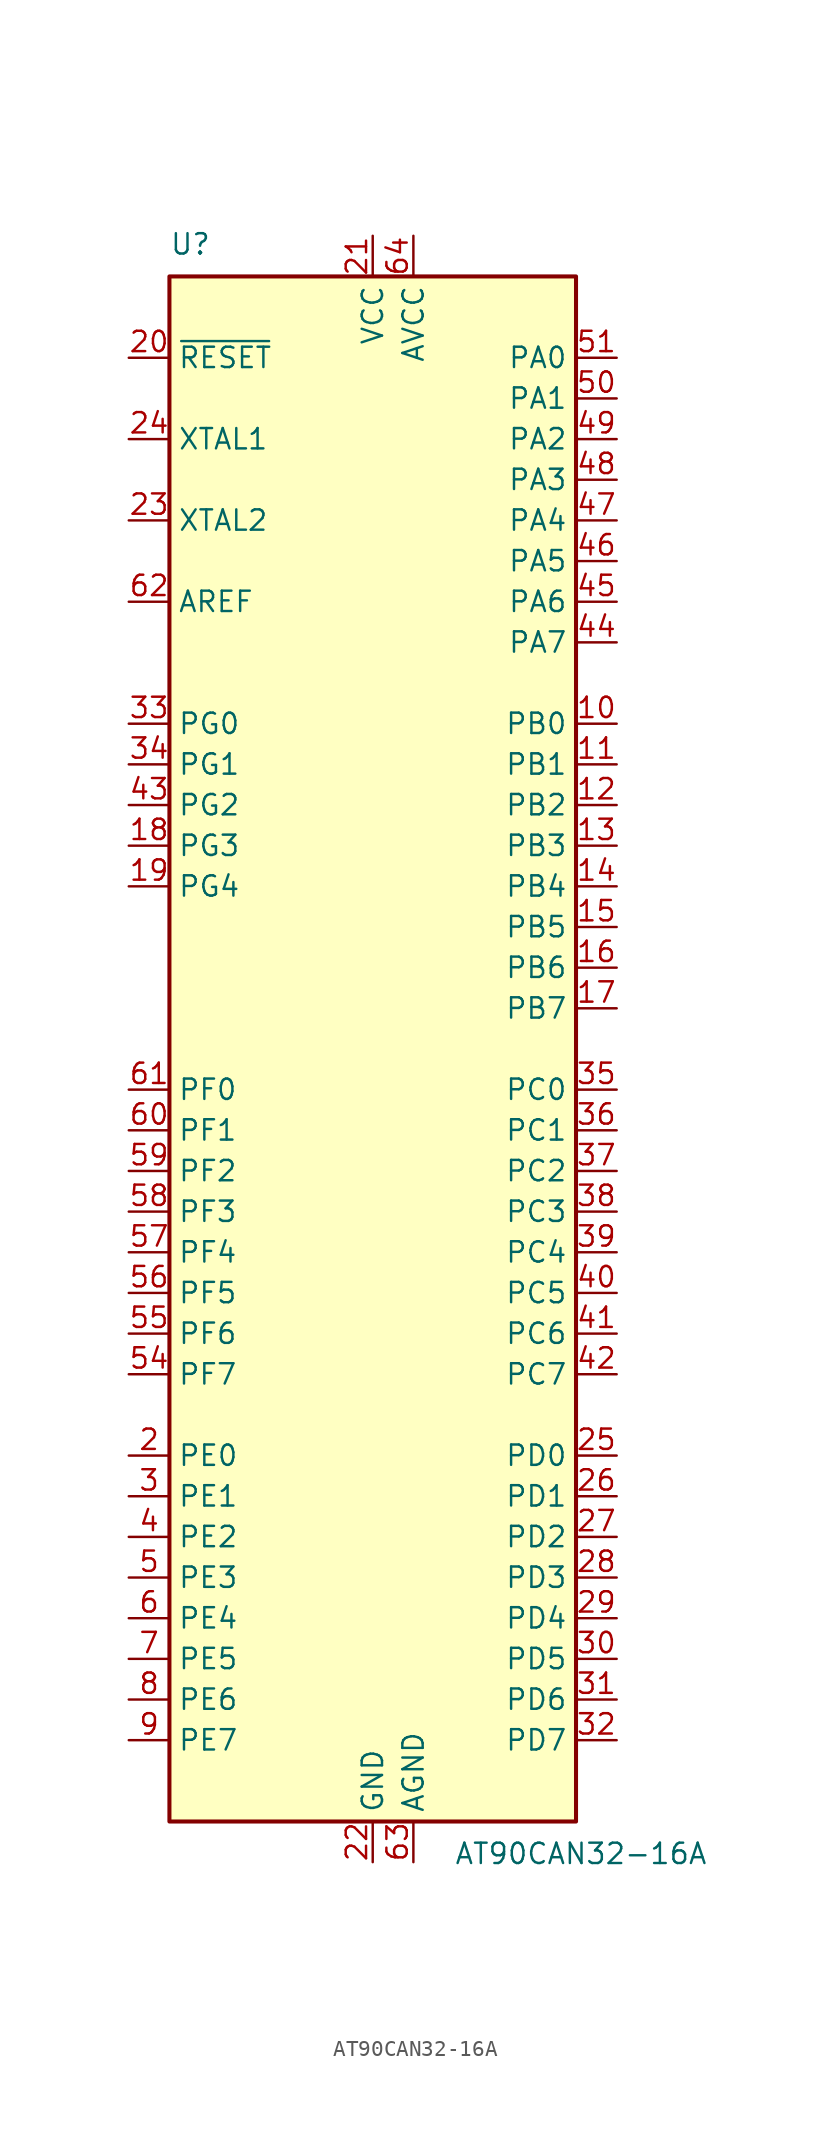
<source format=kicad_sym>
(kicad_symbol_lib
  (version 20201005)
  (generator kicad_symbol_editor)
  (symbol "MCU_Microchip_AVR:AT90CAN32-16A"
    (property "Reference" "U"
      (at -12.7 49.53 0)
      (effects (font (size 1.27 1.27)) (justify left bottom)))
    (property "Value" "AT90CAN32-16A"
      (at 5.08 -49.53 0)
      (effects (font (size 1.27 1.27)) (justify left top)))
    (symbol "AT90CAN32-16A_0_1"
      (rectangle (start -12.7 -48.26) (end 12.7 48.26) (stroke (width 0.254)) (fill (type background))))
    (symbol "AT90CAN32-16A_1_1"
      (pin no_connect line (at -12.7 -45.72 0) (length 2.54) hide (name "NC" (effects (font (size 1.27 1.27)))) (number "1" (effects (font (size 1.27 1.27)))))
      (pin bidirectional line (at 15.24 20.32 180) (length 2.54) (name "PB0" (effects (font (size 1.27 1.27)))) (number "10" (effects (font (size 1.27 1.27)))))
      (pin bidirectional line (at 15.24 17.78 180) (length 2.54) (name "PB1" (effects (font (size 1.27 1.27)))) (number "11" (effects (font (size 1.27 1.27)))))
      (pin bidirectional line (at 15.24 15.24 180) (length 2.54) (name "PB2" (effects (font (size 1.27 1.27)))) (number "12" (effects (font (size 1.27 1.27)))))
      (pin bidirectional line (at 15.24 12.7 180) (length 2.54) (name "PB3" (effects (font (size 1.27 1.27)))) (number "13" (effects (font (size 1.27 1.27)))))
      (pin bidirectional line (at 15.24 10.16 180) (length 2.54) (name "PB4" (effects (font (size 1.27 1.27)))) (number "14" (effects (font (size 1.27 1.27)))))
      (pin bidirectional line (at 15.24 7.62 180) (length 2.54) (name "PB5" (effects (font (size 1.27 1.27)))) (number "15" (effects (font (size 1.27 1.27)))))
      (pin bidirectional line (at 15.24 5.08 180) (length 2.54) (name "PB6" (effects (font (size 1.27 1.27)))) (number "16" (effects (font (size 1.27 1.27)))))
      (pin bidirectional line (at 15.24 2.54 180) (length 2.54) (name "PB7" (effects (font (size 1.27 1.27)))) (number "17" (effects (font (size 1.27 1.27)))))
      (pin bidirectional line (at -15.24 12.7 0) (length 2.54) (name "PG3" (effects (font (size 1.27 1.27)))) (number "18" (effects (font (size 1.27 1.27)))))
      (pin bidirectional line (at -15.24 10.16 0) (length 2.54) (name "PG4" (effects (font (size 1.27 1.27)))) (number "19" (effects (font (size 1.27 1.27)))))
      (pin bidirectional line (at -15.24 -25.4 0) (length 2.54) (name "PE0" (effects (font (size 1.27 1.27)))) (number "2" (effects (font (size 1.27 1.27)))))
      (pin input line (at -15.24 43.18 0) (length 2.54) (name "~RESET" (effects (font (size 1.27 1.27)))) (number "20" (effects (font (size 1.27 1.27)))))
      (pin power_in line (at 0 50.8 270) (length 2.54) (name "VCC" (effects (font (size 1.27 1.27)))) (number "21" (effects (font (size 1.27 1.27)))))
      (pin power_in line (at 0 -50.8 90) (length 2.54) (name "GND" (effects (font (size 1.27 1.27)))) (number "22" (effects (font (size 1.27 1.27)))))
      (pin output line (at -15.24 33.02 0) (length 2.54) (name "XTAL2" (effects (font (size 1.27 1.27)))) (number "23" (effects (font (size 1.27 1.27)))))
      (pin input line (at -15.24 38.1 0) (length 2.54) (name "XTAL1" (effects (font (size 1.27 1.27)))) (number "24" (effects (font (size 1.27 1.27)))))
      (pin bidirectional line (at 15.24 -25.4 180) (length 2.54) (name "PD0" (effects (font (size 1.27 1.27)))) (number "25" (effects (font (size 1.27 1.27)))))
      (pin bidirectional line (at 15.24 -27.94 180) (length 2.54) (name "PD1" (effects (font (size 1.27 1.27)))) (number "26" (effects (font (size 1.27 1.27)))))
      (pin bidirectional line (at 15.24 -30.48 180) (length 2.54) (name "PD2" (effects (font (size 1.27 1.27)))) (number "27" (effects (font (size 1.27 1.27)))))
      (pin bidirectional line (at 15.24 -33.02 180) (length 2.54) (name "PD3" (effects (font (size 1.27 1.27)))) (number "28" (effects (font (size 1.27 1.27)))))
      (pin bidirectional line (at 15.24 -35.56 180) (length 2.54) (name "PD4" (effects (font (size 1.27 1.27)))) (number "29" (effects (font (size 1.27 1.27)))))
      (pin bidirectional line (at -15.24 -27.94 0) (length 2.54) (name "PE1" (effects (font (size 1.27 1.27)))) (number "3" (effects (font (size 1.27 1.27)))))
      (pin bidirectional line (at 15.24 -38.1 180) (length 2.54) (name "PD5" (effects (font (size 1.27 1.27)))) (number "30" (effects (font (size 1.27 1.27)))))
      (pin bidirectional line (at 15.24 -40.64 180) (length 2.54) (name "PD6" (effects (font (size 1.27 1.27)))) (number "31" (effects (font (size 1.27 1.27)))))
      (pin bidirectional line (at 15.24 -43.18 180) (length 2.54) (name "PD7" (effects (font (size 1.27 1.27)))) (number "32" (effects (font (size 1.27 1.27)))))
      (pin bidirectional line (at -15.24 20.32 0) (length 2.54) (name "PG0" (effects (font (size 1.27 1.27)))) (number "33" (effects (font (size 1.27 1.27)))))
      (pin bidirectional line (at -15.24 17.78 0) (length 2.54) (name "PG1" (effects (font (size 1.27 1.27)))) (number "34" (effects (font (size 1.27 1.27)))))
      (pin bidirectional line (at 15.24 -2.54 180) (length 2.54) (name "PC0" (effects (font (size 1.27 1.27)))) (number "35" (effects (font (size 1.27 1.27)))))
      (pin bidirectional line (at 15.24 -5.08 180) (length 2.54) (name "PC1" (effects (font (size 1.27 1.27)))) (number "36" (effects (font (size 1.27 1.27)))))
      (pin bidirectional line (at 15.24 -7.62 180) (length 2.54) (name "PC2" (effects (font (size 1.27 1.27)))) (number "37" (effects (font (size 1.27 1.27)))))
      (pin bidirectional line (at 15.24 -10.16 180) (length 2.54) (name "PC3" (effects (font (size 1.27 1.27)))) (number "38" (effects (font (size 1.27 1.27)))))
      (pin bidirectional line (at 15.24 -12.7 180) (length 2.54) (name "PC4" (effects (font (size 1.27 1.27)))) (number "39" (effects (font (size 1.27 1.27)))))
      (pin bidirectional line (at -15.24 -30.48 0) (length 2.54) (name "PE2" (effects (font (size 1.27 1.27)))) (number "4" (effects (font (size 1.27 1.27)))))
      (pin bidirectional line (at 15.24 -15.24 180) (length 2.54) (name "PC5" (effects (font (size 1.27 1.27)))) (number "40" (effects (font (size 1.27 1.27)))))
      (pin bidirectional line (at 15.24 -17.78 180) (length 2.54) (name "PC6" (effects (font (size 1.27 1.27)))) (number "41" (effects (font (size 1.27 1.27)))))
      (pin bidirectional line (at 15.24 -20.32 180) (length 2.54) (name "PC7" (effects (font (size 1.27 1.27)))) (number "42" (effects (font (size 1.27 1.27)))))
      (pin bidirectional line (at -15.24 15.24 0) (length 2.54) (name "PG2" (effects (font (size 1.27 1.27)))) (number "43" (effects (font (size 1.27 1.27)))))
      (pin bidirectional line (at 15.24 25.4 180) (length 2.54) (name "PA7" (effects (font (size 1.27 1.27)))) (number "44" (effects (font (size 1.27 1.27)))))
      (pin bidirectional line (at 15.24 27.94 180) (length 2.54) (name "PA6" (effects (font (size 1.27 1.27)))) (number "45" (effects (font (size 1.27 1.27)))))
      (pin bidirectional line (at 15.24 30.48 180) (length 2.54) (name "PA5" (effects (font (size 1.27 1.27)))) (number "46" (effects (font (size 1.27 1.27)))))
      (pin bidirectional line (at 15.24 33.02 180) (length 2.54) (name "PA4" (effects (font (size 1.27 1.27)))) (number "47" (effects (font (size 1.27 1.27)))))
      (pin bidirectional line (at 15.24 35.56 180) (length 2.54) (name "PA3" (effects (font (size 1.27 1.27)))) (number "48" (effects (font (size 1.27 1.27)))))
      (pin bidirectional line (at 15.24 38.1 180) (length 2.54) (name "PA2" (effects (font (size 1.27 1.27)))) (number "49" (effects (font (size 1.27 1.27)))))
      (pin bidirectional line (at -15.24 -33.02 0) (length 2.54) (name "PE3" (effects (font (size 1.27 1.27)))) (number "5" (effects (font (size 1.27 1.27)))))
      (pin bidirectional line (at 15.24 40.64 180) (length 2.54) (name "PA1" (effects (font (size 1.27 1.27)))) (number "50" (effects (font (size 1.27 1.27)))))
      (pin bidirectional line (at 15.24 43.18 180) (length 2.54) (name "PA0" (effects (font (size 1.27 1.27)))) (number "51" (effects (font (size 1.27 1.27)))))
      (pin passive line (at 0 50.8 270) (length 2.54) hide (name "VCC" (effects (font (size 1.27 1.27)))) (number "52" (effects (font (size 1.27 1.27)))))
      (pin passive line (at 0 -50.8 90) (length 2.54) hide (name "GND" (effects (font (size 1.27 1.27)))) (number "53" (effects (font (size 1.27 1.27)))))
      (pin bidirectional line (at -15.24 -20.32 0) (length 2.54) (name "PF7" (effects (font (size 1.27 1.27)))) (number "54" (effects (font (size 1.27 1.27)))))
      (pin bidirectional line (at -15.24 -17.78 0) (length 2.54) (name "PF6" (effects (font (size 1.27 1.27)))) (number "55" (effects (font (size 1.27 1.27)))))
      (pin bidirectional line (at -15.24 -15.24 0) (length 2.54) (name "PF5" (effects (font (size 1.27 1.27)))) (number "56" (effects (font (size 1.27 1.27)))))
      (pin bidirectional line (at -15.24 -12.7 0) (length 2.54) (name "PF4" (effects (font (size 1.27 1.27)))) (number "57" (effects (font (size 1.27 1.27)))))
      (pin bidirectional line (at -15.24 -10.16 0) (length 2.54) (name "PF3" (effects (font (size 1.27 1.27)))) (number "58" (effects (font (size 1.27 1.27)))))
      (pin bidirectional line (at -15.24 -7.62 0) (length 2.54) (name "PF2" (effects (font (size 1.27 1.27)))) (number "59" (effects (font (size 1.27 1.27)))))
      (pin bidirectional line (at -15.24 -35.56 0) (length 2.54) (name "PE4" (effects (font (size 1.27 1.27)))) (number "6" (effects (font (size 1.27 1.27)))))
      (pin bidirectional line (at -15.24 -5.08 0) (length 2.54) (name "PF1" (effects (font (size 1.27 1.27)))) (number "60" (effects (font (size 1.27 1.27)))))
      (pin bidirectional line (at -15.24 -2.54 0) (length 2.54) (name "PF0" (effects (font (size 1.27 1.27)))) (number "61" (effects (font (size 1.27 1.27)))))
      (pin passive line (at -15.24 27.94 0) (length 2.54) (name "AREF" (effects (font (size 1.27 1.27)))) (number "62" (effects (font (size 1.27 1.27)))))
      (pin power_in line (at 2.54 -50.8 90) (length 2.54) (name "AGND" (effects (font (size 1.27 1.27)))) (number "63" (effects (font (size 1.27 1.27)))))
      (pin power_in line (at 2.54 50.8 270) (length 2.54) (name "AVCC" (effects (font (size 1.27 1.27)))) (number "64" (effects (font (size 1.27 1.27)))))
      (pin bidirectional line (at -15.24 -38.1 0) (length 2.54) (name "PE5" (effects (font (size 1.27 1.27)))) (number "7" (effects (font (size 1.27 1.27)))))
      (pin bidirectional line (at -15.24 -40.64 0) (length 2.54) (name "PE6" (effects (font (size 1.27 1.27)))) (number "8" (effects (font (size 1.27 1.27)))))
      (pin bidirectional line (at -15.24 -43.18 0) (length 2.54) (name "PE7" (effects (font (size 1.27 1.27)))) (number "9" (effects (font (size 1.27 1.27))))))))
</source>
